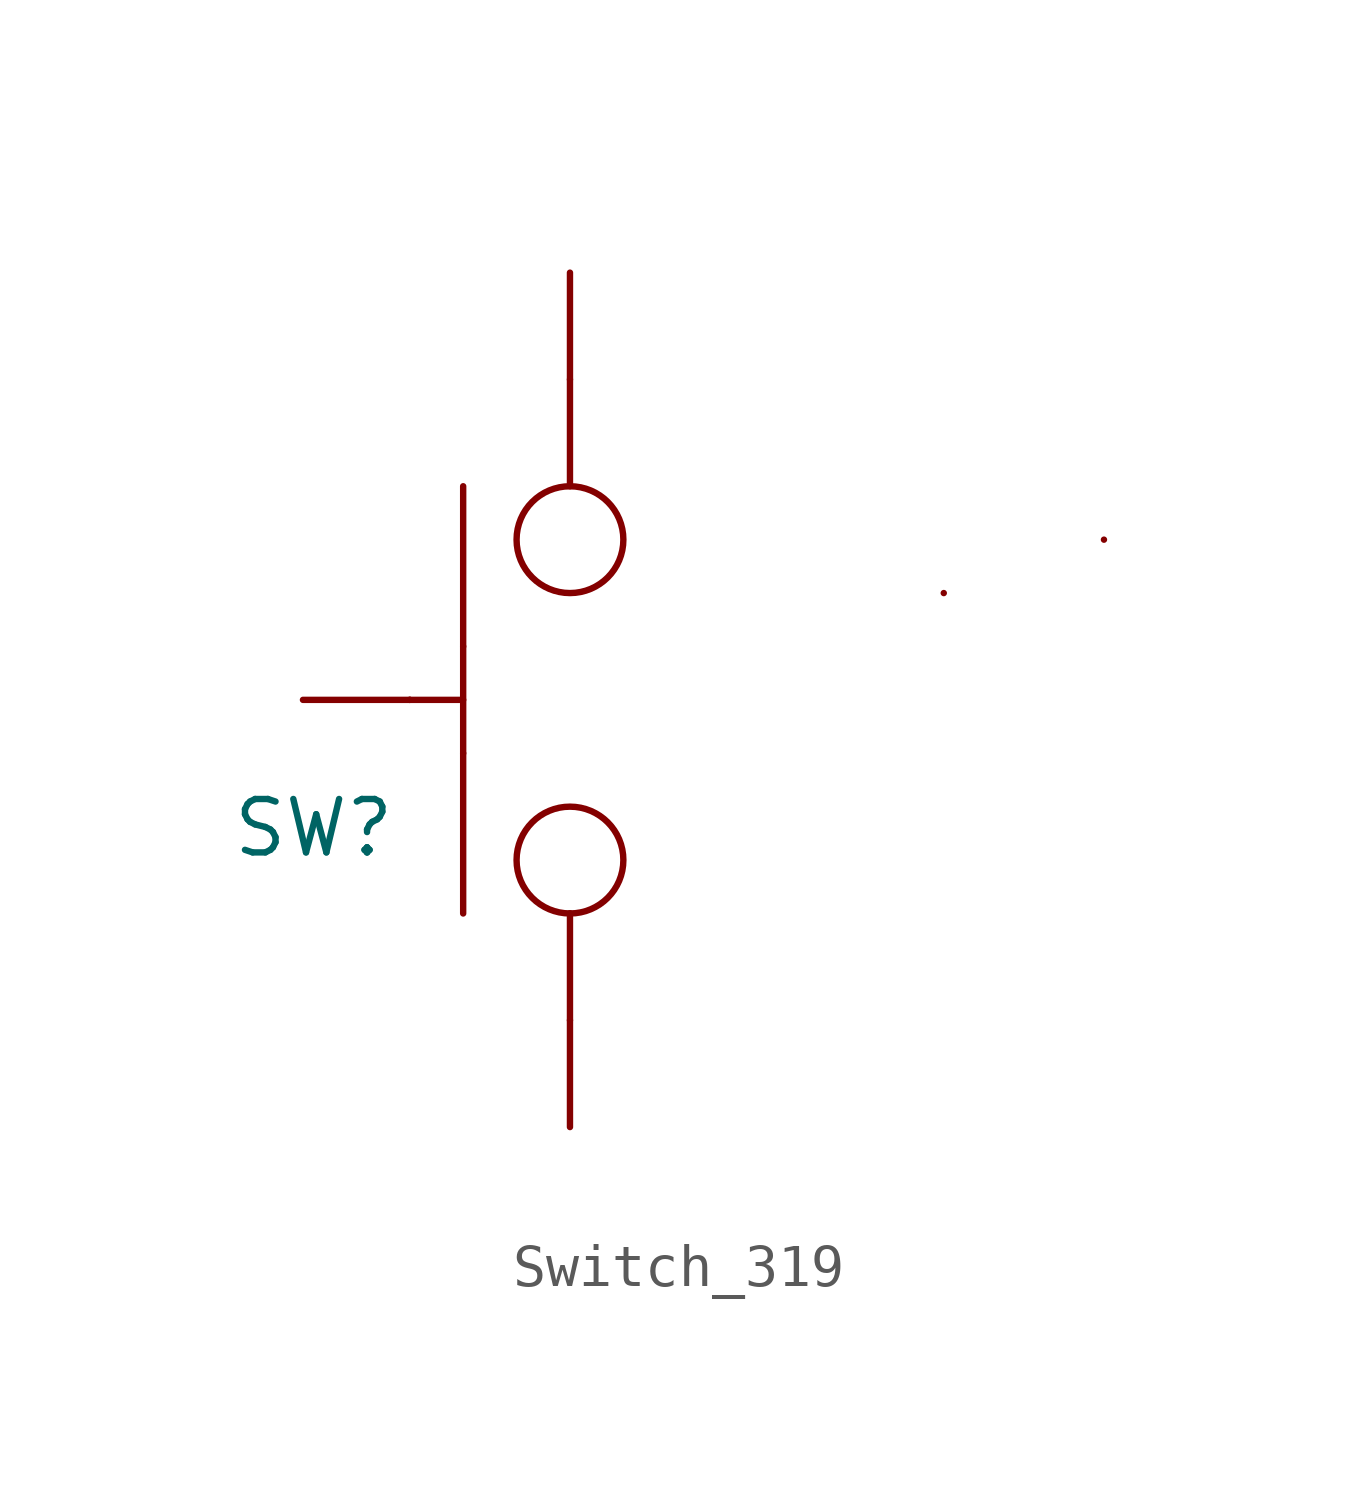
<source format=kicad_sym>
(kicad_symbol_lib
  (version 20231120)
  (generator "kicad_symbol_editor")
  (generator_version "8.0")
  (symbol "Switch_319"
    (property "Reference" "SW"
      (at -6.096 -3.048 0)
      (effects (font (size 1.27 1.27))))
    (property "Value" ""
      (at 0 0 0)
      (effects (font (size 1.27 1.27))))
    (symbol "Switch_319_0_1"
      (circle (center 0 -3.81) (radius 1.27) (stroke (width 0) (type default)) (fill (type none)))
      (polyline (pts (xy -3.81 0) (xy -6.35 0)) (stroke (width 0) (type default)) (fill (type none)))
      (polyline (pts (xy -3.81 0) (xy -3.81 0)) (stroke (width 0) (type default)) (fill (type none)))
      (polyline (pts (xy -3.81 0) (xy -2.54 0)) (stroke (width 0) (type default)) (fill (type none)))
      (polyline (pts (xy -2.54 -1.27) (xy -2.54 -5.08)) (stroke (width 0) (type default)) (fill (type none)))
      (polyline (pts (xy -2.54 1.27) (xy -2.54 -1.27)) (stroke (width 0) (type default)) (fill (type none)))
      (polyline (pts (xy -2.54 1.27) (xy -2.54 5.08)) (stroke (width 0) (type default)) (fill (type none)))
      (polyline (pts (xy 0 -5.08) (xy 0 -7.62)) (stroke (width 0) (type default)) (fill (type none)))
      (polyline (pts (xy 0 -5.08) (xy 0 -5.08)) (stroke (width 0) (type default)) (fill (type none)))
      (polyline (pts (xy 0 5.08) (xy 0 7.62)) (stroke (width 0) (type default)) (fill (type none)))
      (polyline (pts (xy 8.89 2.54) (xy 8.89 2.54)) (stroke (width 0) (type default)) (fill (type none)))
      (polyline (pts (xy 12.7 3.81) (xy 12.7 3.81)) (stroke (width 0) (type default)) (fill (type none)))
      (circle (center 0 3.81) (radius 1.27) (stroke (width 0) (type default)) (fill (type none))))
    (symbol "Switch_319_1_1"
      (pin output line (at 0 -10.16 90) (length 2.54) (name "" (effects (font (size 1.27 1.27)))) (number "" (effects (font (size 1.27 1.27)))))
      (pin input line (at 0 10.16 270) (length 2.54) (name "" (effects (font (size 1.27 1.27)))) (number "" (effects (font (size 1.27 1.27))))))))
</source>
